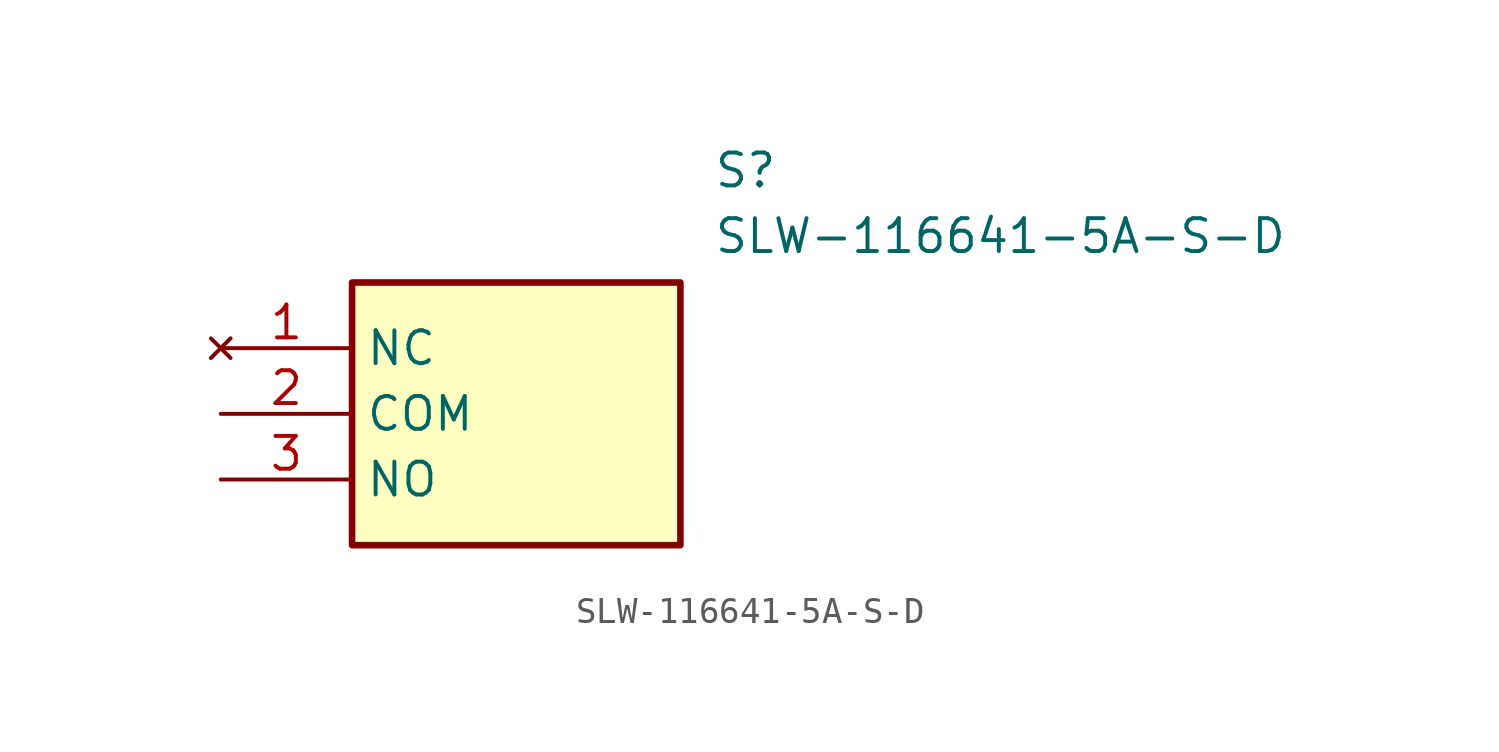
<source format=kicad_sym>
(kicad_symbol_lib
  (version 20211014)
  (generator SamacSys_ECAD_Model)
  (symbol "SLW-116641-5A-S-D"
    (property "Reference" "S"
      (at 19.05 7.62 0)
      (effects (font (size 1.27 1.27)) (justify left top)))
    (property "Value" "SLW-116641-5A-S-D"
      (at 19.05 5.08 0)
      (effects (font (size 1.27 1.27)) (justify left top)))
    (rectangle
      (start 5.08 2.54)
      (end 17.78 -7.62)
      (stroke (width 0.254) (type default))
      (fill (type background)))
    (pin no_connect line
      (at 0 0 0)
      (length 5.08)
      (name "NC" (effects (font (size 1.27 1.27))))
      (number "1" (effects (font (size 1.27 1.27)))))
    (pin passive line
      (at 0 -2.54 0)
      (length 5.08)
      (name "COM" (effects (font (size 1.27 1.27))))
      (number "2" (effects (font (size 1.27 1.27)))))
    (pin passive line
      (at 0 -5.08 0)
      (length 5.08)
      (name "NO" (effects (font (size 1.27 1.27))))
      (number "3" (effects (font (size 1.27 1.27)))))))
</source>
